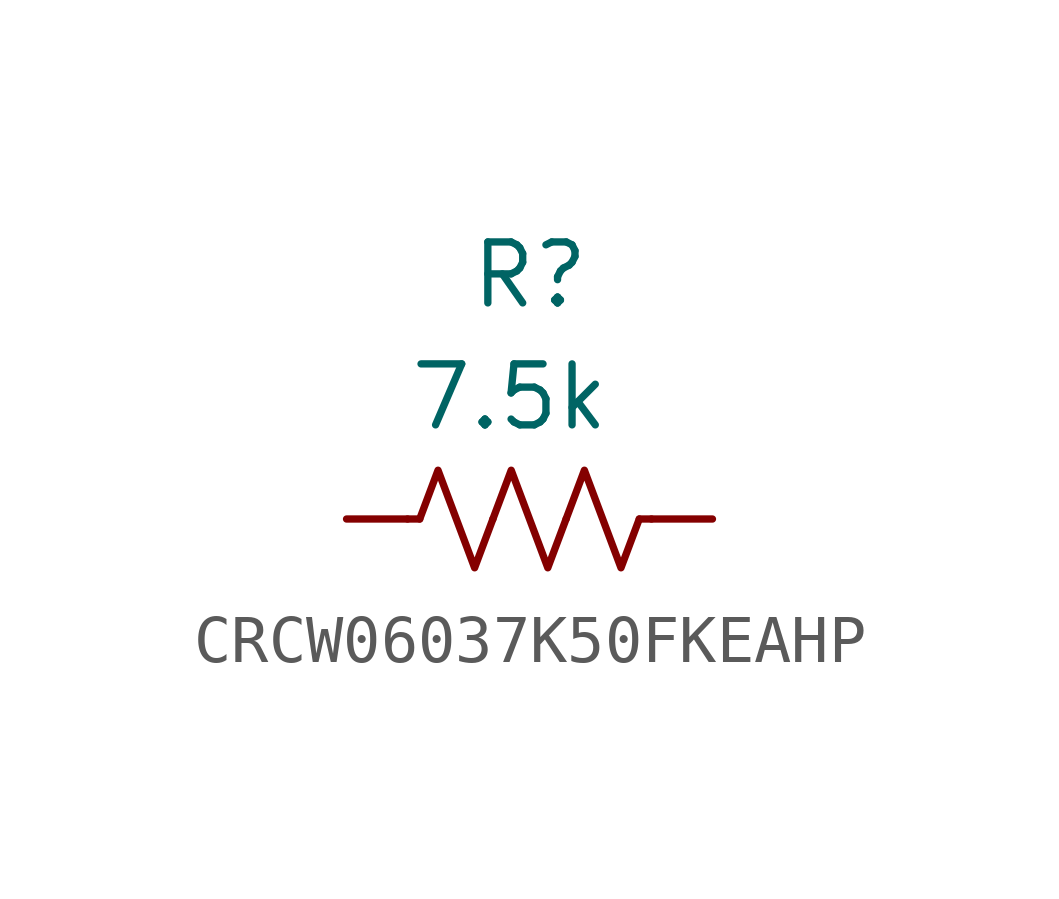
<source format=kicad_sym>
(kicad_symbol_lib
  (version 20220914)
  (generator kicad_symbol_editor)
  (symbol "CRCW06037K50FKEAHP"
    (pin_numbers hide)
    (pin_names
      (offset 1.016) hide)
    (property "Reference" "R"
      (at 5.08 5.08 0)
      (effects (font (size 1.27 1.27)) (justify left)))
    (property "Value" "7.5k"
      (at 3.81 2.54 0)
      (effects (font (size 1.27 1.27)) (justify left)))
    (symbol "CRCW06037K50FKEAHP_0_1"
      (polyline (pts (xy 4.064 0) (xy 3.81 0)) (stroke (width 0) (type default)) (fill (type none)))
      (polyline (pts (xy 8.636 0) (xy 8.89 0)) (stroke (width 0) (type default)) (fill (type none)))
      (polyline (pts (xy 4.064 0) (xy 4.445 1.016) (xy 4.826 0) (xy 5.207 -1.016) (xy 5.588 0)) (stroke (width 0) (type default)) (fill (type none)))
      (polyline (pts (xy 5.588 0) (xy 5.969 1.016) (xy 6.35 0) (xy 6.731 -1.016) (xy 7.112 0)) (stroke (width 0) (type default)) (fill (type none)))
      (polyline (pts (xy 7.112 0) (xy 7.493 1.016) (xy 7.874 0) (xy 8.255 -1.016) (xy 8.636 0)) (stroke (width 0) (type default)) (fill (type none))))
    (symbol "CRCW06037K50FKEAHP_1_1"
      (pin passive line (at 2.54 0 0) (length 1.27) (name "" (effects (font (size 1.27 1.27)))) (number "1" (effects (font (size 1.27 1.27)))))
      (pin passive line (at 10.16 0 180) (length 1.27) (name "" (effects (font (size 1.27 1.27)))) (number "2" (effects (font (size 1.27 1.27))))))))
</source>
